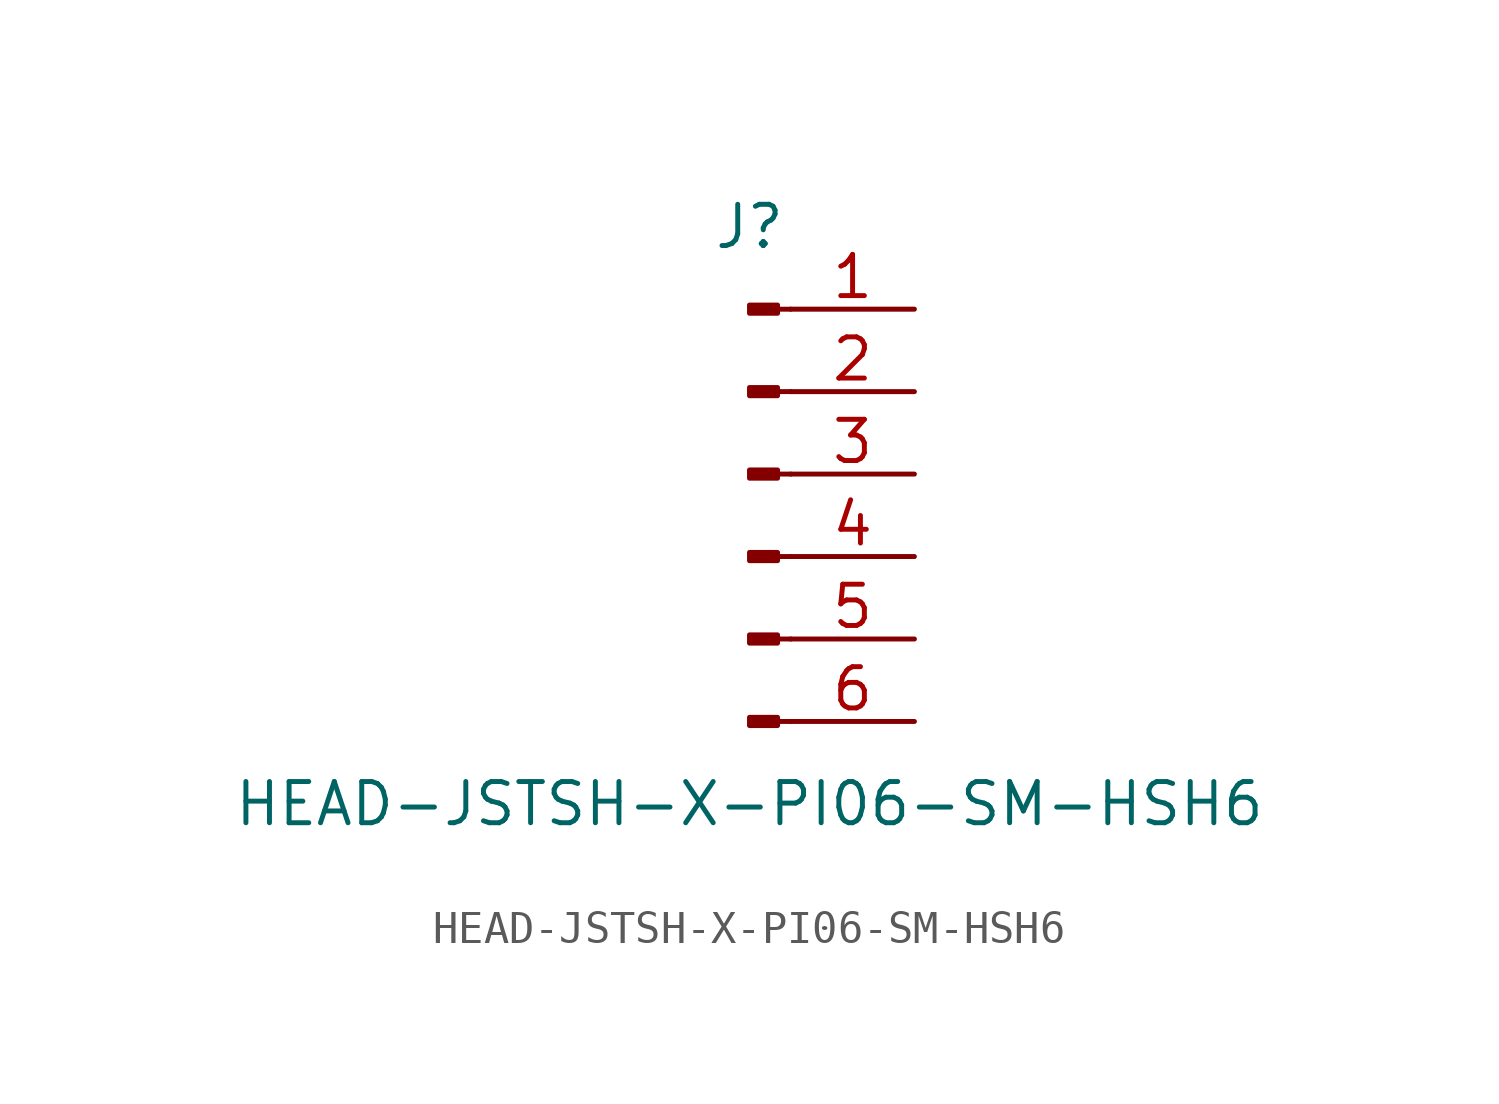
<source format=kicad_sym>
(kicad_symbol_lib
  (version 20211014)
  (generator kicad_symbol_editor)
  (symbol "HEAD-JSTSH-X-PI06-SM-HSH6"
    (pin_names
      (offset 1.016) hide)
    (property "Reference" "J"
      (at 0 7.62 0)
      (effects (font (size 1.27 1.27))))
    (property "Value" "HEAD-JSTSH-X-PI06-SM-HSH6"
      (at 0 -10.16 0)
      (effects (font (size 1.27 1.27))))
    (symbol "HEAD-JSTSH-X-PI06-SM-HSH6_1_1"
      (polyline (pts (xy 1.27 -7.62) (xy 0.864 -7.62)) (stroke (width 0.152) (type default) (color 0 0 0 0)) (fill (type none)))
      (polyline (pts (xy 1.27 -5.08) (xy 0.864 -5.08)) (stroke (width 0.152) (type default) (color 0 0 0 0)) (fill (type none)))
      (polyline (pts (xy 1.27 -2.54) (xy 0.864 -2.54)) (stroke (width 0.152) (type default) (color 0 0 0 0)) (fill (type none)))
      (polyline (pts (xy 1.27 0) (xy 0.864 0)) (stroke (width 0.152) (type default) (color 0 0 0 0)) (fill (type none)))
      (polyline (pts (xy 1.27 2.54) (xy 0.864 2.54)) (stroke (width 0.152) (type default) (color 0 0 0 0)) (fill (type none)))
      (polyline (pts (xy 1.27 5.08) (xy 0.864 5.08)) (stroke (width 0.152) (type default) (color 0 0 0 0)) (fill (type none)))
      (rectangle (start 0.864 -7.493) (end 0 -7.747) (stroke (width 0.152) (type default) (color 0 0 0 0)) (fill (type outline)))
      (rectangle (start 0.864 -4.953) (end 0 -5.207) (stroke (width 0.152) (type default) (color 0 0 0 0)) (fill (type outline)))
      (rectangle (start 0.864 -2.413) (end 0 -2.667) (stroke (width 0.152) (type default) (color 0 0 0 0)) (fill (type outline)))
      (rectangle (start 0.864 0.127) (end 0 -0.127) (stroke (width 0.152) (type default) (color 0 0 0 0)) (fill (type outline)))
      (rectangle (start 0.864 2.667) (end 0 2.413) (stroke (width 0.152) (type default) (color 0 0 0 0)) (fill (type outline)))
      (rectangle (start 0.864 5.207) (end 0 4.953) (stroke (width 0.152) (type default) (color 0 0 0 0)) (fill (type outline)))
      (pin passive line (at 5.08 5.08 180) (length 3.81) (name "Pin_1" (effects (font (size 1.27 1.27)))) (number "1" (effects (font (size 1.27 1.27)))))
      (pin passive line (at 5.08 2.54 180) (length 3.81) (name "Pin_2" (effects (font (size 1.27 1.27)))) (number "2" (effects (font (size 1.27 1.27)))))
      (pin passive line (at 5.08 0 180) (length 3.81) (name "Pin_3" (effects (font (size 1.27 1.27)))) (number "3" (effects (font (size 1.27 1.27)))))
      (pin passive line (at 5.08 -2.54 180) (length 3.81) (name "Pin_4" (effects (font (size 1.27 1.27)))) (number "4" (effects (font (size 1.27 1.27)))))
      (pin passive line (at 5.08 -5.08 180) (length 3.81) (name "Pin_5" (effects (font (size 1.27 1.27)))) (number "5" (effects (font (size 1.27 1.27)))))
      (pin passive line (at 5.08 -7.62 180) (length 3.81) (name "Pin_6" (effects (font (size 1.27 1.27)))) (number "6" (effects (font (size 1.27 1.27))))))))
</source>
